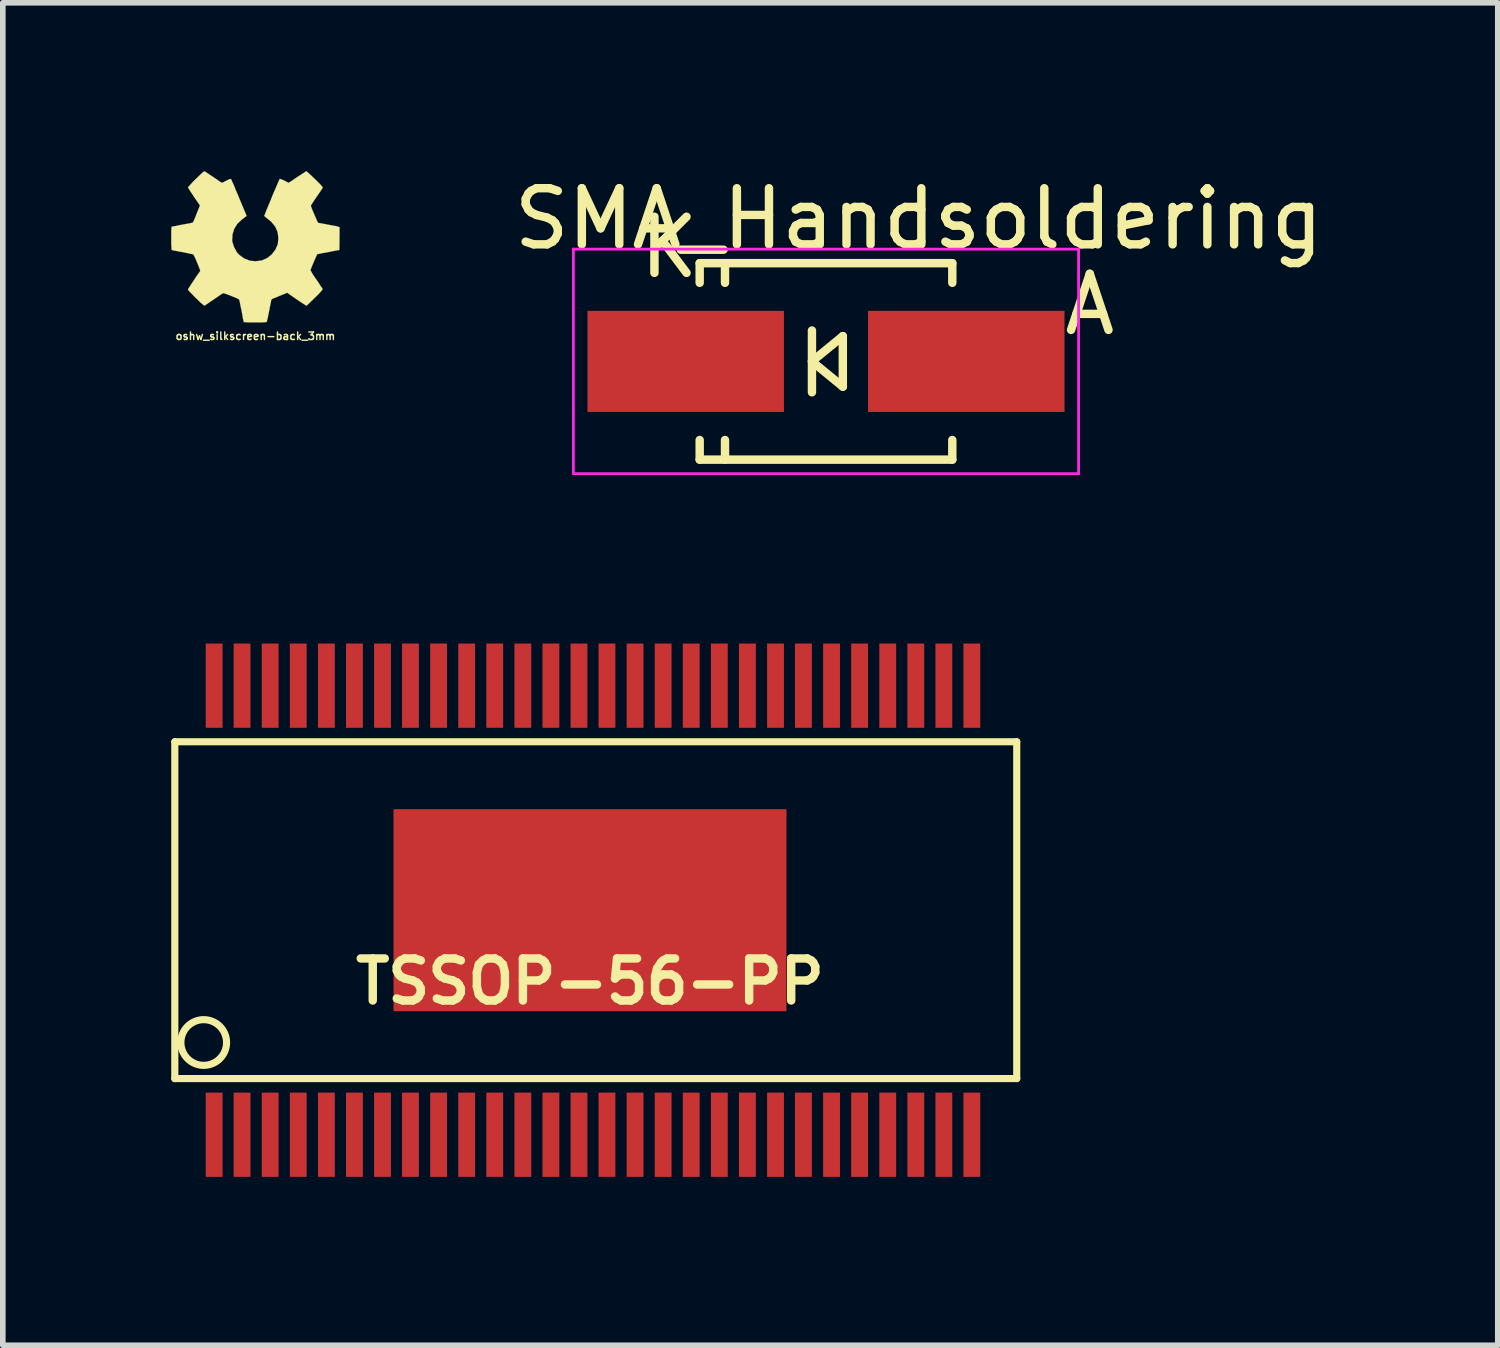
<source format=kicad_pcb>
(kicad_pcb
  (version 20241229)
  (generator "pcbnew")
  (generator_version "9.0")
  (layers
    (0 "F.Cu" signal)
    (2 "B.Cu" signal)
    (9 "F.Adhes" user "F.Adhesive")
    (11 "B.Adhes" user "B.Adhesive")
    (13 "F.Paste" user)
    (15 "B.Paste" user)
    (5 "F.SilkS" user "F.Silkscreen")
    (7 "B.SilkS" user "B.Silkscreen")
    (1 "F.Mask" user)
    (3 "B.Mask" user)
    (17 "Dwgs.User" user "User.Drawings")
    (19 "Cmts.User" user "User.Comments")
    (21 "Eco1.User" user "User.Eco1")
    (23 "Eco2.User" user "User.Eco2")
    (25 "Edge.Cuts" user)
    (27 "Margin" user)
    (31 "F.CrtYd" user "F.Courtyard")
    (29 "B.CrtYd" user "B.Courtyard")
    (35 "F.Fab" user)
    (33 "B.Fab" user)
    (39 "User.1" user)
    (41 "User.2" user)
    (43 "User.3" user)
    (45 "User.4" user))
  (footprint "SMA_Handsoldering"
    (layer "F.Cu")
    (at 11.664 3.388)
    (property "Reference" "SMA_Handsoldering" (at 1.651 -2.54 0) (layer "F.SilkS") (effects (font (size 1 1) (thickness 0.15))))
    (attr smd)
    (fp_line (start -2.25 -1.75) (end -2.25 -1.4) (stroke (width 0.15) (type solid)) (layer "F.SilkS"))
    (fp_line (start -2.25 -1.75) (end 2.25 -1.75) (stroke (width 0.15) (type solid)) (layer "F.SilkS"))
    (fp_line (start -2.25 1.75) (end -2.25 1.4) (stroke (width 0.15) (type solid)) (layer "F.SilkS"))
    (fp_line (start -2.25 1.75) (end 2.25 1.75) (stroke (width 0.15) (type solid)) (layer "F.SilkS"))
    (fp_line (start -1.799 -1.75) (end -1.799 -1.4) (stroke (width 0.15) (type solid)) (layer "F.SilkS"))
    (fp_line (start -1.799 1.75) (end -1.799 1.4) (stroke (width 0.15) (type solid)) (layer "F.SilkS"))
    (fp_line (start -0.25 -0.55) (end -0.25 0.55) (stroke (width 0.15) (type solid)) (layer "F.SilkS"))
    (fp_line (start -0.25 0) (end 0.3 -0.45) (stroke (width 0.15) (type solid)) (layer "F.SilkS"))
    (fp_line (start 0.3 -0.45) (end 0.3 0.45) (stroke (width 0.15) (type solid)) (layer "F.SilkS"))
    (fp_line (start 0.3 0.45) (end -0.25 0) (stroke (width 0.15) (type solid)) (layer "F.SilkS"))
    (fp_line (start 2.25 -1.75) (end 2.25 -1.4) (stroke (width 0.15) (type solid)) (layer "F.SilkS"))
    (fp_line (start 2.25 1.75) (end 2.25 1.4) (stroke (width 0.15) (type solid)) (layer "F.SilkS"))
    (fp_line (start -4.5 -2) (end 4.5 -2) (stroke (width 0.05) (type solid)) (layer "F.CrtYd"))
    (fp_line (start -4.5 2) (end -4.5 -2) (stroke (width 0.05) (type solid)) (layer "F.CrtYd"))
    (fp_line (start 4.5 -2) (end 4.5 2) (stroke (width 0.05) (type solid)) (layer "F.CrtYd"))
    (fp_line (start 4.5 2) (end -4.5 2) (stroke (width 0.05) (type solid)) (layer "F.CrtYd"))
    (fp_text user "A" (at 4.699 -1.016 0) (layer "F.SilkS") (effects (font (size 1 1) (thickness 0.15))))
    (fp_text user "K" (at -2.794 -2.032 0) (layer "F.SilkS") (effects (font (size 1 1) (thickness 0.15))))
    (pad "1" smd rect (at 2.499 0 180) (size 3.5 1.801) (layers "F.Cu" "F.Mask" "F.Paste"))
    (pad "2" smd rect (at -2.499 0 180) (size 3.5 1.801) (layers "F.Cu" "F.Mask" "F.Paste")))
  (footprint "oshw_silkscreen-back_3mm"
    (layer "F.Cu")
    (at 1.5 1.347)
    (property "Reference" "oshw_silkscreen-back_3mm" (at 0 1.59 0) (layer "F.SilkS") (effects (font (size 0.135 0.135) (thickness 0.025))))
    (attr through_hole)
    (fp_poly (pts (xy 0.909 -1.346) (xy 0.892 -1.339) (xy 0.859 -1.316) (xy 0.808 -1.283) (xy 0.749 -1.245) (xy 0.688 -1.204) (xy 0.64 -1.171) (xy 0.605 -1.148) (xy 0.592 -1.14) (xy 0.584 -1.143) (xy 0.556 -1.158) (xy 0.516 -1.179) (xy 0.49 -1.191) (xy 0.452 -1.206) (xy 0.434 -1.212) (xy 0.432 -1.206) (xy 0.417 -1.176) (xy 0.396 -1.128) (xy 0.368 -1.062) (xy 0.335 -0.986) (xy 0.3 -0.904) (xy 0.267 -0.82) (xy 0.234 -0.742) (xy 0.203 -0.668) (xy 0.18 -0.61) (xy 0.165 -0.569) (xy 0.157 -0.551) (xy 0.16 -0.549) (xy 0.178 -0.531) (xy 0.211 -0.505) (xy 0.282 -0.447) (xy 0.353 -0.361) (xy 0.396 -0.262) (xy 0.409 -0.15) (xy 0.399 -0.048) (xy 0.358 0.048) (xy 0.29 0.137) (xy 0.206 0.203) (xy 0.109 0.244) (xy 0 0.257) (xy -0.104 0.246) (xy -0.203 0.206) (xy -0.292 0.14) (xy -0.33 0.097) (xy -0.381 0.005) (xy -0.411 -0.089) (xy -0.414 -0.112) (xy -0.409 -0.218) (xy -0.378 -0.32) (xy -0.323 -0.409) (xy -0.246 -0.483) (xy -0.236 -0.49) (xy -0.201 -0.518) (xy -0.175 -0.536) (xy -0.157 -0.551) (xy -0.292 -0.874) (xy -0.312 -0.925) (xy -0.351 -1.013) (xy -0.381 -1.09) (xy -0.409 -1.151) (xy -0.427 -1.191) (xy -0.434 -1.206) (xy -0.447 -1.209) (xy -0.47 -1.201) (xy -0.516 -1.179) (xy -0.546 -1.163) (xy -0.579 -1.148) (xy -0.594 -1.14) (xy -0.61 -1.148) (xy -0.643 -1.168) (xy -0.688 -1.201) (xy -0.747 -1.24) (xy -0.803 -1.278) (xy -0.853 -1.311) (xy -0.889 -1.336) (xy -0.907 -1.344) (xy -0.909 -1.344) (xy -0.927 -1.336) (xy -0.955 -1.311) (xy -0.998 -1.27) (xy -1.062 -1.209) (xy -1.072 -1.199) (xy -1.123 -1.148) (xy -1.163 -1.102) (xy -1.191 -1.072) (xy -1.201 -1.059) (xy -1.191 -1.041) (xy -1.168 -1.003) (xy -1.135 -0.953) (xy -1.095 -0.892) (xy -0.988 -0.737) (xy -1.046 -0.592) (xy -1.064 -0.546) (xy -1.087 -0.49) (xy -1.105 -0.452) (xy -1.113 -0.434) (xy -1.13 -0.429) (xy -1.168 -0.419) (xy -1.227 -0.409) (xy -1.298 -0.396) (xy -1.364 -0.384) (xy -1.422 -0.371) (xy -1.466 -0.363) (xy -1.486 -0.361) (xy -1.491 -0.356) (xy -1.494 -0.348) (xy -1.496 -0.328) (xy -1.499 -0.29) (xy -1.499 -0.234) (xy -1.499 -0.15) (xy -1.499 -0.142) (xy -1.499 -0.064) (xy -1.496 0) (xy -1.494 0.038) (xy -1.491 0.056) (xy -1.473 0.061) (xy -1.43 0.069) (xy -1.372 0.081) (xy -1.3 0.094) (xy -1.295 0.094) (xy -1.224 0.109) (xy -1.166 0.122) (xy -1.123 0.13) (xy -1.105 0.137) (xy -1.102 0.142) (xy -1.087 0.17) (xy -1.067 0.213) (xy -1.044 0.267) (xy -1.021 0.323) (xy -1.001 0.373) (xy -0.988 0.409) (xy -0.983 0.427) (xy -0.993 0.445) (xy -1.019 0.48) (xy -1.054 0.531) (xy -1.095 0.592) (xy -1.097 0.597) (xy -1.138 0.658) (xy -1.171 0.709) (xy -1.194 0.744) (xy -1.201 0.759) (xy -1.201 0.762) (xy -1.189 0.78) (xy -1.158 0.813) (xy -1.113 0.859) (xy -1.062 0.912) (xy -1.044 0.927) (xy -0.986 0.986) (xy -0.945 1.021) (xy -0.919 1.041) (xy -0.909 1.046) (xy -0.907 1.046) (xy -0.889 1.036) (xy -0.851 1.011) (xy -0.8 0.975) (xy -0.739 0.935) (xy -0.737 0.932) (xy -0.676 0.892) (xy -0.625 0.856) (xy -0.589 0.833) (xy -0.574 0.826) (xy -0.572 0.826) (xy -0.549 0.831) (xy -0.505 0.846) (xy -0.452 0.866) (xy -0.396 0.889) (xy -0.345 0.909) (xy -0.31 0.927) (xy -0.292 0.937) (xy -0.29 0.937) (xy -0.284 0.96) (xy -0.274 1.006) (xy -0.262 1.067) (xy -0.246 1.14) (xy -0.244 1.151) (xy -0.231 1.224) (xy -0.221 1.283) (xy -0.211 1.323) (xy -0.208 1.341) (xy -0.198 1.341) (xy -0.163 1.344) (xy -0.109 1.346) (xy -0.043 1.346) (xy 0.023 1.346) (xy 0.089 1.346) (xy 0.145 1.344) (xy 0.185 1.341) (xy 0.203 1.336) (xy 0.208 1.313) (xy 0.218 1.27) (xy 0.231 1.206) (xy 0.246 1.133) (xy 0.249 1.12) (xy 0.262 1.049) (xy 0.274 0.991) (xy 0.282 0.95) (xy 0.287 0.935) (xy 0.292 0.932) (xy 0.323 0.917) (xy 0.371 0.899) (xy 0.429 0.874) (xy 0.566 0.818) (xy 0.734 0.935) (xy 0.749 0.945) (xy 0.81 0.986) (xy 0.861 1.019) (xy 0.897 1.041) (xy 0.909 1.049) (xy 0.912 1.049) (xy 0.927 1.034) (xy 0.96 1.003) (xy 1.006 0.958) (xy 1.059 0.907) (xy 1.1 0.866) (xy 1.146 0.82) (xy 1.173 0.787) (xy 1.191 0.767) (xy 1.196 0.754) (xy 1.194 0.747) (xy 1.184 0.729) (xy 1.158 0.693) (xy 1.125 0.64) (xy 1.085 0.582) (xy 1.049 0.531) (xy 1.013 0.475) (xy 0.991 0.434) (xy 0.98 0.417) (xy 0.983 0.406) (xy 0.996 0.373) (xy 1.016 0.325) (xy 1.041 0.264) (xy 1.1 0.132) (xy 1.186 0.114) (xy 1.24 0.104) (xy 1.313 0.091) (xy 1.384 0.076) (xy 1.496 0.056) (xy 1.499 -0.348) (xy 1.481 -0.356) (xy 1.466 -0.361) (xy 1.425 -0.371) (xy 1.367 -0.381) (xy 1.298 -0.394) (xy 1.237 -0.406) (xy 1.179 -0.417) (xy 1.135 -0.424) (xy 1.118 -0.429) (xy 1.113 -0.434) (xy 1.097 -0.465) (xy 1.077 -0.511) (xy 1.054 -0.564) (xy 1.029 -0.622) (xy 1.008 -0.673) (xy 0.993 -0.714) (xy 0.988 -0.734) (xy 0.996 -0.749) (xy 1.019 -0.785) (xy 1.052 -0.836) (xy 1.092 -0.894) (xy 1.133 -0.953) (xy 1.166 -1.003) (xy 1.191 -1.039) (xy 1.199 -1.057) (xy 1.194 -1.067) (xy 1.171 -1.095) (xy 1.128 -1.14) (xy 1.062 -1.206) (xy 1.049 -1.217) (xy 0.998 -1.267) (xy 0.953 -1.308) (xy 0.922 -1.336) (xy 0.909 -1.346)) (stroke (width 0.003) (type solid)) (fill yes) (layer "F.SilkS")))
  (footprint "TSSOP-56-PP"
    (layer "F.Cu")
    (at 7.46 13.164)
    (property "Reference" "TSSOP-56-PP" (at 0 1.27 0) (layer "F.SilkS") (effects (font (size 0.749 0.749) (thickness 0.15))))
    (attr smd)
    (fp_line (start -7.396 3) (end -7.396 -3) (stroke (width 0.127) (type solid)) (layer "F.SilkS"))
    (fp_line (start -7.396 3) (end 7.602 3) (stroke (width 0.127) (type solid)) (layer "F.SilkS"))
    (fp_line (start 7.602 -3) (end -7.396 -3) (stroke (width 0.127) (type solid)) (layer "F.SilkS"))
    (fp_line (start 7.602 -3) (end 7.602 3) (stroke (width 0.127) (type solid)) (layer "F.SilkS"))
    (fp_circle (center -6.881 2.357) (end -7.135 2.675) (stroke (width 0.127) (type solid)) (fill no) (layer "F.SilkS"))
    (pad "1" smd rect (at -6.695 4) (size 0.3 1.501) (layers "F.Cu" "F.Mask" "F.Paste"))
    (pad "2" smd rect (at -6.198 4) (size 0.3 1.501) (layers "F.Cu" "F.Mask" "F.Paste"))
    (pad "3" smd rect (at -5.697 4) (size 0.3 1.501) (layers "F.Cu" "F.Mask" "F.Paste"))
    (pad "4" smd rect (at -5.197 4) (size 0.3 1.501) (layers "F.Cu" "F.Mask" "F.Paste"))
    (pad "5" smd rect (at -4.696 4) (size 0.3 1.501) (layers "F.Cu" "F.Mask" "F.Paste"))
    (pad "6" smd rect (at -4.196 4) (size 0.3 1.501) (layers "F.Cu" "F.Mask" "F.Paste"))
    (pad "7" smd rect (at -3.696 4) (size 0.3 1.501) (layers "F.Cu" "F.Mask" "F.Paste"))
    (pad "8" smd rect (at -3.198 4) (size 0.3 1.501) (layers "F.Cu" "F.Mask" "F.Paste"))
    (pad "9" smd rect (at -2.697 4) (size 0.3 1.501) (layers "F.Cu" "F.Mask" "F.Paste"))
    (pad "10" smd rect (at -2.197 4) (size 0.3 1.501) (layers "F.Cu" "F.Mask" "F.Paste"))
    (pad "11" smd rect (at -1.697 4) (size 0.3 1.501) (layers "F.Cu" "F.Mask" "F.Paste"))
    (pad "12" smd rect (at -1.196 4) (size 0.3 1.501) (layers "F.Cu" "F.Mask" "F.Paste"))
    (pad "13" smd rect (at -0.696 4) (size 0.3 1.501) (layers "F.Cu" "F.Mask" "F.Paste"))
    (pad "14" smd rect (at -0.196 4) (size 0.3 1.501) (layers "F.Cu" "F.Mask" "F.Paste"))
    (pad "15" smd rect (at 0.302 4) (size 0.3 1.501) (layers "F.Cu" "F.Mask" "F.Paste"))
    (pad "16" smd rect (at 0.803 4) (size 0.3 1.501) (layers "F.Cu" "F.Mask" "F.Paste"))
    (pad "17" smd rect (at 1.303 4) (size 0.3 1.501) (layers "F.Cu" "F.Mask" "F.Paste"))
    (pad "18" smd rect (at 1.803 4) (size 0.3 1.501) (layers "F.Cu" "F.Mask" "F.Paste"))
    (pad "19" smd rect (at 2.304 4) (size 0.3 1.501) (layers "F.Cu" "F.Mask" "F.Paste"))
    (pad "20" smd rect (at 2.804 4) (size 0.3 1.501) (layers "F.Cu" "F.Mask" "F.Paste"))
    (pad "21" smd rect (at 3.305 4) (size 0.3 1.501) (layers "F.Cu" "F.Mask" "F.Paste"))
    (pad "22" smd rect (at 3.802 4) (size 0.3 1.501) (layers "F.Cu" "F.Mask" "F.Paste"))
    (pad "23" smd rect (at 4.303 4) (size 0.3 1.501) (layers "F.Cu" "F.Mask" "F.Paste"))
    (pad "24" smd rect (at 4.803 4) (size 0.3 1.501) (layers "F.Cu" "F.Mask" "F.Paste"))
    (pad "25" smd rect (at 5.304 4) (size 0.3 1.501) (layers "F.Cu" "F.Mask" "F.Paste"))
    (pad "26" smd rect (at 5.804 4) (size 0.3 1.501) (layers "F.Cu" "F.Mask" "F.Paste"))
    (pad "27" smd rect (at 6.304 4) (size 0.3 1.501) (layers "F.Cu" "F.Mask" "F.Paste"))
    (pad "28" smd rect (at 6.802 4) (size 0.3 1.501) (layers "F.Cu" "F.Mask" "F.Paste"))
    (pad "29" smd rect (at 6.802 -4) (size 0.3 1.501) (layers "F.Cu" "F.Mask" "F.Paste"))
    (pad "30" smd rect (at 6.304 -4) (size 0.3 1.501) (layers "F.Cu" "F.Mask" "F.Paste"))
    (pad "31" smd rect (at 5.804 -4) (size 0.3 1.501) (layers "F.Cu" "F.Mask" "F.Paste"))
    (pad "32" smd rect (at 5.304 -4) (size 0.3 1.501) (layers "F.Cu" "F.Mask" "F.Paste"))
    (pad "33" smd rect (at 4.803 -4) (size 0.3 1.501) (layers "F.Cu" "F.Mask" "F.Paste"))
    (pad "34" smd rect (at 4.303 -4) (size 0.3 1.501) (layers "F.Cu" "F.Mask" "F.Paste"))
    (pad "35" smd rect (at 3.802 -4) (size 0.3 1.501) (layers "F.Cu" "F.Mask" "F.Paste"))
    (pad "36" smd rect (at 3.305 -4) (size 0.3 1.501) (layers "F.Cu" "F.Mask" "F.Paste"))
    (pad "37" smd rect (at 2.804 -4) (size 0.3 1.501) (layers "F.Cu" "F.Mask" "F.Paste"))
    (pad "38" smd rect (at 2.304 -4) (size 0.3 1.501) (layers "F.Cu" "F.Mask" "F.Paste"))
    (pad "39" smd rect (at 1.803 -4) (size 0.3 1.501) (layers "F.Cu" "F.Mask" "F.Paste"))
    (pad "40" smd rect (at 1.303 -4) (size 0.3 1.501) (layers "F.Cu" "F.Mask" "F.Paste"))
    (pad "41" smd rect (at 0.803 -4) (size 0.3 1.501) (layers "F.Cu" "F.Mask" "F.Paste"))
    (pad "42" smd rect (at 0.302 -4) (size 0.3 1.501) (layers "F.Cu" "F.Mask" "F.Paste"))
    (pad "43" smd rect (at -0.196 -4) (size 0.3 1.501) (layers "F.Cu" "F.Mask" "F.Paste"))
    (pad "44" smd rect (at -0.696 -4) (size 0.3 1.501) (layers "F.Cu" "F.Mask" "F.Paste"))
    (pad "45" smd rect (at -1.196 -4) (size 0.3 1.501) (layers "F.Cu" "F.Mask" "F.Paste"))
    (pad "46" smd rect (at -1.697 -4) (size 0.3 1.501) (layers "F.Cu" "F.Mask" "F.Paste"))
    (pad "47" smd rect (at -2.197 -4) (size 0.3 1.501) (layers "F.Cu" "F.Mask" "F.Paste"))
    (pad "48" smd rect (at -2.697 -4) (size 0.3 1.501) (layers "F.Cu" "F.Mask" "F.Paste"))
    (pad "49" smd rect (at -3.198 -4) (size 0.3 1.501) (layers "F.Cu" "F.Mask" "F.Paste"))
    (pad "50" smd rect (at -3.696 -4) (size 0.3 1.501) (layers "F.Cu" "F.Mask" "F.Paste"))
    (pad "51" smd rect (at -4.196 -4) (size 0.3 1.501) (layers "F.Cu" "F.Mask" "F.Paste"))
    (pad "52" smd rect (at -4.696 -4) (size 0.3 1.501) (layers "F.Cu" "F.Mask" "F.Paste"))
    (pad "53" smd rect (at -5.197 -4) (size 0.3 1.501) (layers "F.Cu" "F.Mask" "F.Paste"))
    (pad "54" smd rect (at -5.697 -4) (size 0.3 1.501) (layers "F.Cu" "F.Mask" "F.Paste"))
    (pad "55" smd rect (at -6.198 -4) (size 0.3 1.501) (layers "F.Cu" "F.Mask" "F.Paste"))
    (pad "56" smd rect (at -6.695 -4) (size 0.3 1.501) (layers "F.Cu" "F.Mask" "F.Paste"))
    (pad "57" smd rect (at 0 0) (size 7 3.599) (layers "F.Cu" "F.Mask" "F.Paste")))
  (gr_rect
    (start -3 -3)
    (end 23.631 20.915)
    (stroke (width 0.1) (type default))
    (fill no)
    (layer "Edge.Cuts")))
</source>
